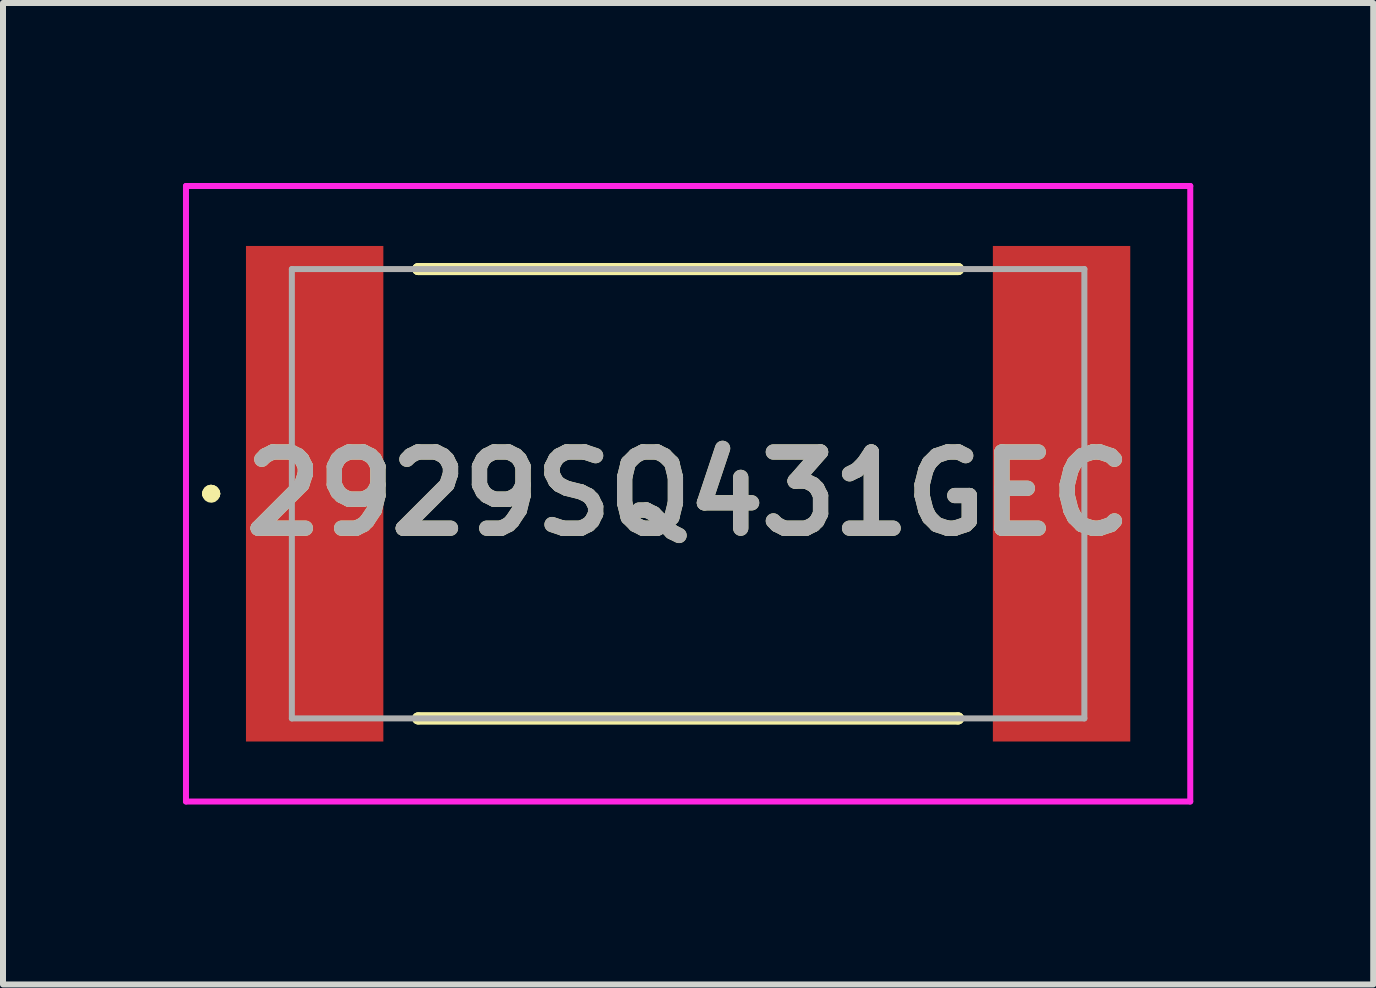
<source format=kicad_pcb>
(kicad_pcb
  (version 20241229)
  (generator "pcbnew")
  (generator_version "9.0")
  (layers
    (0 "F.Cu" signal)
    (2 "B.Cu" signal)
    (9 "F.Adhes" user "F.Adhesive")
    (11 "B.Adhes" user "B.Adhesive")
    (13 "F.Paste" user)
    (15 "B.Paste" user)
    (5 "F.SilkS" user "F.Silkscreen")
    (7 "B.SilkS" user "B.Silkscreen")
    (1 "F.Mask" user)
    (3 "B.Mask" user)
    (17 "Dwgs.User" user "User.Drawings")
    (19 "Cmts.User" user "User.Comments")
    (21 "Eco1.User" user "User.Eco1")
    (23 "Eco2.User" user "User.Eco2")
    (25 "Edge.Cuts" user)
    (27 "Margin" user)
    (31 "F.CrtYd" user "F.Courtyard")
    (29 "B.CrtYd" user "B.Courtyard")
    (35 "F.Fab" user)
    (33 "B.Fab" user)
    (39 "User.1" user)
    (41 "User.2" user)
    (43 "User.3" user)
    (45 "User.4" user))
  (footprint "2929SQ431GEC"
    (layer "F.Cu")
    (at 8.42 5.18)
    (property "Reference" "2929SQ431GEC" (at 0 0 0) (layer "F.SilkS") (effects (font (size 1.27 1.27) (thickness 0.254))))
    (attr smd)
    (fp_line (start -8 0) (end -8 0) (stroke (width 0.2) (type solid)) (layer "F.SilkS"))
    (fp_line (start -7.9 0) (end -7.9 0) (stroke (width 0.2) (type solid)) (layer "F.SilkS"))
    (fp_line (start -7.9 0) (end -7.9 0) (stroke (width 0.2) (type solid)) (layer "F.SilkS"))
    (fp_line (start -4.5 -3.745) (end -4.5 -3.745) (stroke (width 0.2) (type solid)) (layer "F.SilkS"))
    (fp_line (start -4.5 -3.745) (end 4.5 -3.745) (stroke (width 0.2) (type solid)) (layer "F.SilkS"))
    (fp_line (start -4.5 3.745) (end -4.5 3.745) (stroke (width 0.2) (type solid)) (layer "F.SilkS"))
    (fp_line (start -4.5 3.745) (end 4.5 3.745) (stroke (width 0.2) (type solid)) (layer "F.SilkS"))
    (fp_line (start 4.5 -3.745) (end -4.5 -3.745) (stroke (width 0.2) (type solid)) (layer "F.SilkS"))
    (fp_line (start 4.5 -3.745) (end 4.5 -3.745) (stroke (width 0.2) (type solid)) (layer "F.SilkS"))
    (fp_line (start 4.5 3.745) (end -4.5 3.745) (stroke (width 0.2) (type solid)) (layer "F.SilkS"))
    (fp_line (start 4.5 3.745) (end 4.5 3.745) (stroke (width 0.2) (type solid)) (layer "F.SilkS"))
    (fp_arc (start -8 0) (mid -7.95 -0.05) (end -7.9 0) (stroke (width 0.2) (type solid)) (layer "F.SilkS"))
    (fp_arc (start -8 0) (mid -7.95 -0.05) (end -7.9 0) (stroke (width 0.2) (type solid)) (layer "F.SilkS"))
    (fp_arc (start -7.9 0) (mid -7.95 0.05) (end -8 0) (stroke (width 0.2) (type solid)) (layer "F.SilkS"))
    (fp_line (start -8.37 -5.13) (end 8.37 -5.13) (stroke (width 0.1) (type solid)) (layer "F.CrtYd"))
    (fp_line (start -8.37 5.13) (end -8.37 -5.13) (stroke (width 0.1) (type solid)) (layer "F.CrtYd"))
    (fp_line (start 8.37 -5.13) (end 8.37 5.13) (stroke (width 0.1) (type solid)) (layer "F.CrtYd"))
    (fp_line (start 8.37 5.13) (end -8.37 5.13) (stroke (width 0.1) (type solid)) (layer "F.CrtYd"))
    (fp_line (start -6.605 -3.745) (end -6.605 3.745) (stroke (width 0.1) (type solid)) (layer "F.Fab"))
    (fp_line (start -6.605 3.745) (end 6.605 3.745) (stroke (width 0.1) (type solid)) (layer "F.Fab"))
    (fp_line (start 6.605 -3.745) (end -6.605 -3.745) (stroke (width 0.1) (type solid)) (layer "F.Fab"))
    (fp_line (start 6.605 3.745) (end 6.605 -3.745) (stroke (width 0.1) (type solid)) (layer "F.Fab"))
    (fp_text user "${REFERENCE}" (at 0 0 0) (layer "F.Fab") (effects (font (size 1.27 1.27) (thickness 0.254))))
    (pad "1" smd rect (at -6.225 0) (size 2.29 8.26) (layers "F.Cu" "F.Mask" "F.Paste"))
    (pad "2" smd rect (at 6.225 0) (size 2.29 8.26) (layers "F.Cu" "F.Mask" "F.Paste")))
  (gr_rect
    (start -3 -3)
    (end 19.84 13.36)
    (stroke (width 0.1) (type default))
    (fill no)
    (layer "Edge.Cuts")))
</source>
